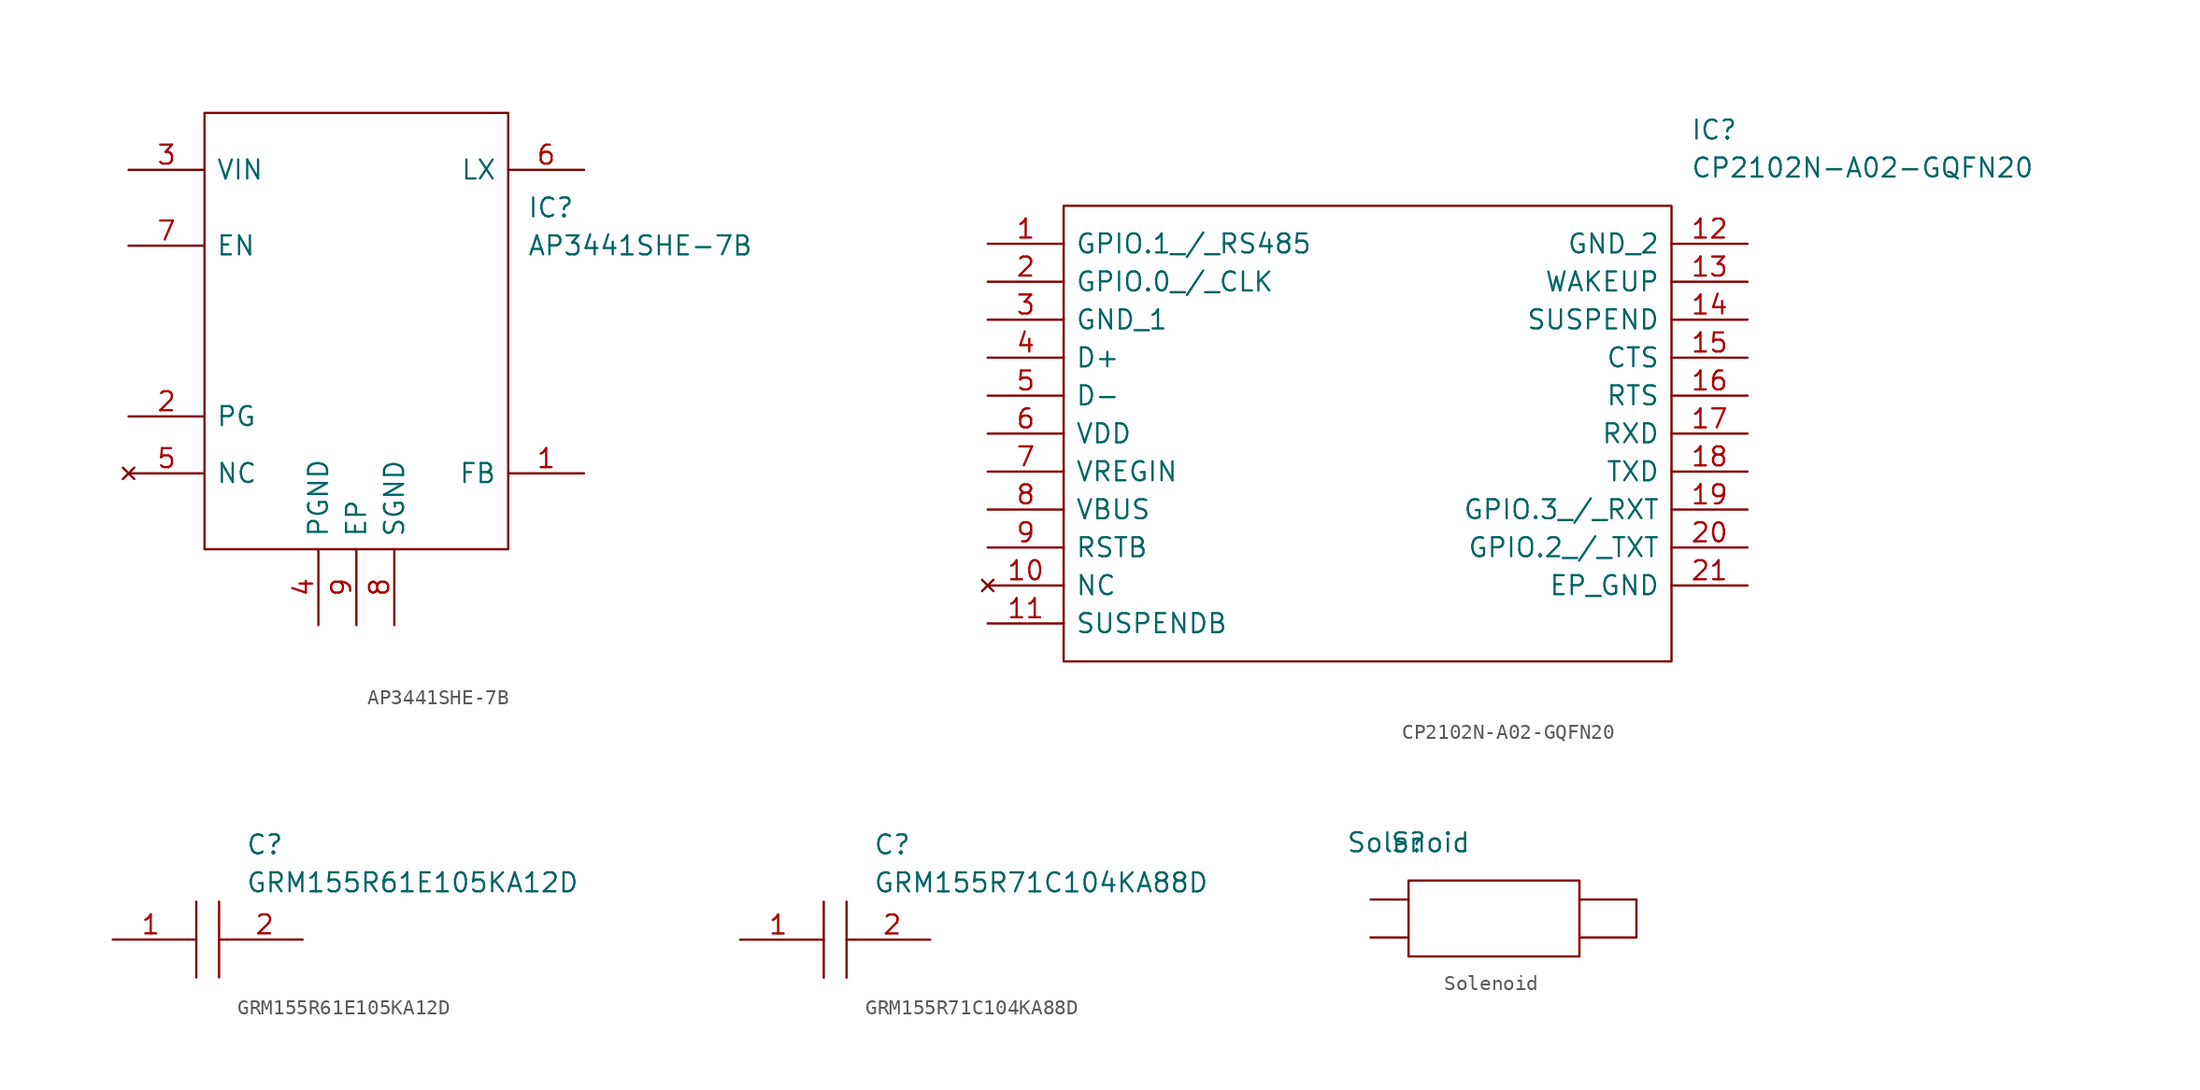
<source format=kicad_sym>
(kicad_symbol_lib
  (version 20211014)
  (generator kicad_symbol_editor)
  (symbol "AP3441SHE-7B"
    (pin_names
      (offset 0.762))
    (property "Reference" "IC"
      (at 26.67 7.62 0)
      (effects (font (size 1.27 1.27)) (justify left)))
    (property "Value" "AP3441SHE-7B"
      (at 26.67 5.08 0)
      (effects (font (size 1.27 1.27)) (justify left)))
    (symbol "AP3441SHE-7B_0_0"
      (pin passive line (at 30.48 -10.16 180) (length 5.08) (name "FB" (effects (font (size 1.27 1.27)))) (number "1" (effects (font (size 1.27 1.27)))))
      (pin passive line (at 0 -6.35 0) (length 5.08) (name "PG" (effects (font (size 1.27 1.27)))) (number "2" (effects (font (size 1.27 1.27)))))
      (pin passive line (at 0 10.16 0) (length 5.08) (name "VIN" (effects (font (size 1.27 1.27)))) (number "3" (effects (font (size 1.27 1.27)))))
      (pin passive line (at 12.7 -20.32 90) (length 5.08) (name "PGND" (effects (font (size 1.27 1.27)))) (number "4" (effects (font (size 1.27 1.27)))))
      (pin no_connect line (at 0 -10.16 0) (length 5.08) (name "NC" (effects (font (size 1.27 1.27)))) (number "5" (effects (font (size 1.27 1.27)))))
      (pin passive line (at 30.48 10.16 180) (length 5.08) (name "LX" (effects (font (size 1.27 1.27)))) (number "6" (effects (font (size 1.27 1.27)))))
      (pin passive line (at 0 5.08 0) (length 5.08) (name "EN" (effects (font (size 1.27 1.27)))) (number "7" (effects (font (size 1.27 1.27)))))
      (pin passive line (at 17.78 -20.32 90) (length 5.08) (name "SGND" (effects (font (size 1.27 1.27)))) (number "8" (effects (font (size 1.27 1.27)))))
      (pin passive line (at 15.24 -20.32 90) (length 5.08) (name "EP" (effects (font (size 1.27 1.27)))) (number "9" (effects (font (size 1.27 1.27))))))
    (symbol "AP3441SHE-7B_0_1"
      (polyline (pts (xy 5.08 13.97) (xy 25.4 13.97) (xy 25.4 -15.24) (xy 5.08 -15.24) (xy 5.08 13.97)) (stroke (width 0.152) (type default) (color 0 0 0 0)) (fill (type none)))))
  (symbol "CP2102N-A02-GQFN20"
    (pin_names
      (offset 0.762))
    (property "Reference" "IC"
      (at 46.99 7.62 0)
      (effects (font (size 1.27 1.27)) (justify left)))
    (property "Value" "CP2102N-A02-GQFN20"
      (at 46.99 5.08 0)
      (effects (font (size 1.27 1.27)) (justify left)))
    (symbol "CP2102N-A02-GQFN20_0_0"
      (pin passive line (at 0 0 0) (length 5.08) (name "GPIO.1_/_RS485" (effects (font (size 1.27 1.27)))) (number "1" (effects (font (size 1.27 1.27)))))
      (pin no_connect line (at 0 -22.86 0) (length 5.08) (name "NC" (effects (font (size 1.27 1.27)))) (number "10" (effects (font (size 1.27 1.27)))))
      (pin passive line (at 0 -25.4 0) (length 5.08) (name "SUSPENDB" (effects (font (size 1.27 1.27)))) (number "11" (effects (font (size 1.27 1.27)))))
      (pin passive line (at 50.8 0 180) (length 5.08) (name "GND_2" (effects (font (size 1.27 1.27)))) (number "12" (effects (font (size 1.27 1.27)))))
      (pin passive line (at 50.8 -2.54 180) (length 5.08) (name "WAKEUP" (effects (font (size 1.27 1.27)))) (number "13" (effects (font (size 1.27 1.27)))))
      (pin passive line (at 50.8 -5.08 180) (length 5.08) (name "SUSPEND" (effects (font (size 1.27 1.27)))) (number "14" (effects (font (size 1.27 1.27)))))
      (pin passive line (at 50.8 -7.62 180) (length 5.08) (name "CTS" (effects (font (size 1.27 1.27)))) (number "15" (effects (font (size 1.27 1.27)))))
      (pin passive line (at 50.8 -10.16 180) (length 5.08) (name "RTS" (effects (font (size 1.27 1.27)))) (number "16" (effects (font (size 1.27 1.27)))))
      (pin passive line (at 50.8 -12.7 180) (length 5.08) (name "RXD" (effects (font (size 1.27 1.27)))) (number "17" (effects (font (size 1.27 1.27)))))
      (pin passive line (at 50.8 -15.24 180) (length 5.08) (name "TXD" (effects (font (size 1.27 1.27)))) (number "18" (effects (font (size 1.27 1.27)))))
      (pin passive line (at 50.8 -17.78 180) (length 5.08) (name "GPIO.3_/_RXT" (effects (font (size 1.27 1.27)))) (number "19" (effects (font (size 1.27 1.27)))))
      (pin passive line (at 0 -2.54 0) (length 5.08) (name "GPIO.0_/_CLK" (effects (font (size 1.27 1.27)))) (number "2" (effects (font (size 1.27 1.27)))))
      (pin passive line (at 50.8 -20.32 180) (length 5.08) (name "GPIO.2_/_TXT" (effects (font (size 1.27 1.27)))) (number "20" (effects (font (size 1.27 1.27)))))
      (pin passive line (at 50.8 -22.86 180) (length 5.08) (name "EP_GND" (effects (font (size 1.27 1.27)))) (number "21" (effects (font (size 1.27 1.27)))))
      (pin passive line (at 0 -5.08 0) (length 5.08) (name "GND_1" (effects (font (size 1.27 1.27)))) (number "3" (effects (font (size 1.27 1.27)))))
      (pin passive line (at 0 -7.62 0) (length 5.08) (name "D+" (effects (font (size 1.27 1.27)))) (number "4" (effects (font (size 1.27 1.27)))))
      (pin passive line (at 0 -10.16 0) (length 5.08) (name "D-" (effects (font (size 1.27 1.27)))) (number "5" (effects (font (size 1.27 1.27)))))
      (pin passive line (at 0 -12.7 0) (length 5.08) (name "VDD" (effects (font (size 1.27 1.27)))) (number "6" (effects (font (size 1.27 1.27)))))
      (pin passive line (at 0 -15.24 0) (length 5.08) (name "VREGIN" (effects (font (size 1.27 1.27)))) (number "7" (effects (font (size 1.27 1.27)))))
      (pin passive line (at 0 -17.78 0) (length 5.08) (name "VBUS" (effects (font (size 1.27 1.27)))) (number "8" (effects (font (size 1.27 1.27)))))
      (pin passive line (at 0 -20.32 0) (length 5.08) (name "RSTB" (effects (font (size 1.27 1.27)))) (number "9" (effects (font (size 1.27 1.27))))))
    (symbol "CP2102N-A02-GQFN20_0_1"
      (polyline (pts (xy 5.08 2.54) (xy 45.72 2.54) (xy 45.72 -27.94) (xy 5.08 -27.94) (xy 5.08 2.54)) (stroke (width 0.152) (type default) (color 0 0 0 0)) (fill (type none)))))
  (symbol "GRM155R61E105KA12D"
    (pin_names
      (offset 0.762))
    (property "Reference" "C"
      (at 8.89 6.35 0)
      (effects (font (size 1.27 1.27)) (justify left)))
    (property "Value" "GRM155R61E105KA12D"
      (at 8.89 3.81 0)
      (effects (font (size 1.27 1.27)) (justify left)))
    (symbol "GRM155R61E105KA12D_0_0"
      (pin passive line (at 0 0 0) (length 5.08) (name "~" (effects (font (size 1.27 1.27)))) (number "1" (effects (font (size 1.27 1.27)))))
      (pin passive line (at 12.7 0 180) (length 5.08) (name "~" (effects (font (size 1.27 1.27)))) (number "2" (effects (font (size 1.27 1.27))))))
    (symbol "GRM155R61E105KA12D_0_1"
      (polyline (pts (xy 5.08 0) (xy 5.588 0)) (stroke (width 0.152) (type default) (color 0 0 0 0)) (fill (type none)))
      (polyline (pts (xy 5.588 2.54) (xy 5.588 -2.54)) (stroke (width 0.152) (type default) (color 0 0 0 0)) (fill (type none)))
      (polyline (pts (xy 7.112 0) (xy 7.62 0)) (stroke (width 0.152) (type default) (color 0 0 0 0)) (fill (type none)))
      (polyline (pts (xy 7.112 2.54) (xy 7.112 -2.54)) (stroke (width 0.152) (type default) (color 0 0 0 0)) (fill (type none)))))
  (symbol "GRM155R71C104KA88D"
    (pin_names
      (offset 0.762))
    (property "Reference" "C"
      (at 8.89 6.35 0)
      (effects (font (size 1.27 1.27)) (justify left)))
    (property "Value" "GRM155R71C104KA88D"
      (at 8.89 3.81 0)
      (effects (font (size 1.27 1.27)) (justify left)))
    (symbol "GRM155R71C104KA88D_0_0"
      (pin passive line (at 0 0 0) (length 5.08) (name "~" (effects (font (size 1.27 1.27)))) (number "1" (effects (font (size 1.27 1.27)))))
      (pin passive line (at 12.7 0 180) (length 5.08) (name "~" (effects (font (size 1.27 1.27)))) (number "2" (effects (font (size 1.27 1.27))))))
    (symbol "GRM155R71C104KA88D_0_1"
      (polyline (pts (xy 5.08 0) (xy 5.588 0)) (stroke (width 0.152) (type default) (color 0 0 0 0)) (fill (type none)))
      (polyline (pts (xy 5.588 2.54) (xy 5.588 -2.54)) (stroke (width 0.152) (type default) (color 0 0 0 0)) (fill (type none)))
      (polyline (pts (xy 7.112 0) (xy 7.62 0)) (stroke (width 0.152) (type default) (color 0 0 0 0)) (fill (type none)))
      (polyline (pts (xy 7.112 2.54) (xy 7.112 -2.54)) (stroke (width 0.152) (type default) (color 0 0 0 0)) (fill (type none)))))
  (symbol "Solenoid"
    (property "Reference" "S"
      (at 0 0 0)
      (effects (font (size 1.27 1.27))))
    (property "Value" "Solenoid"
      (at 0 0 0)
      (effects (font (size 1.27 1.27))))
    (symbol "Solenoid_0_1"
      (polyline (pts (xy 11.43 -3.81) (xy 15.24 -3.81) (xy 15.24 -6.35) (xy 11.43 -6.35)) (stroke (width 0) (type default) (color 0 0 0 0)) (fill (type none)))
      (polyline (pts (xy 0 -2.54) (xy 11.43 -2.54) (xy 11.43 -7.62) (xy 0 -7.62) (xy 0 -2.54)) (stroke (width 0) (type default) (color 0 0 0 0)) (fill (type none))))
    (symbol "Solenoid_1_1"
      (pin input line (at -2.54 -6.35 0) (length 2.54) (name "~" (effects (font (size 1.27 1.27)))) (number "" (effects (font (size 1.27 1.27)))))
      (pin input line (at -2.54 -3.81 0) (length 2.54) (name "~" (effects (font (size 1.27 1.27)))) (number "" (effects (font (size 1.27 1.27))))))))
</source>
